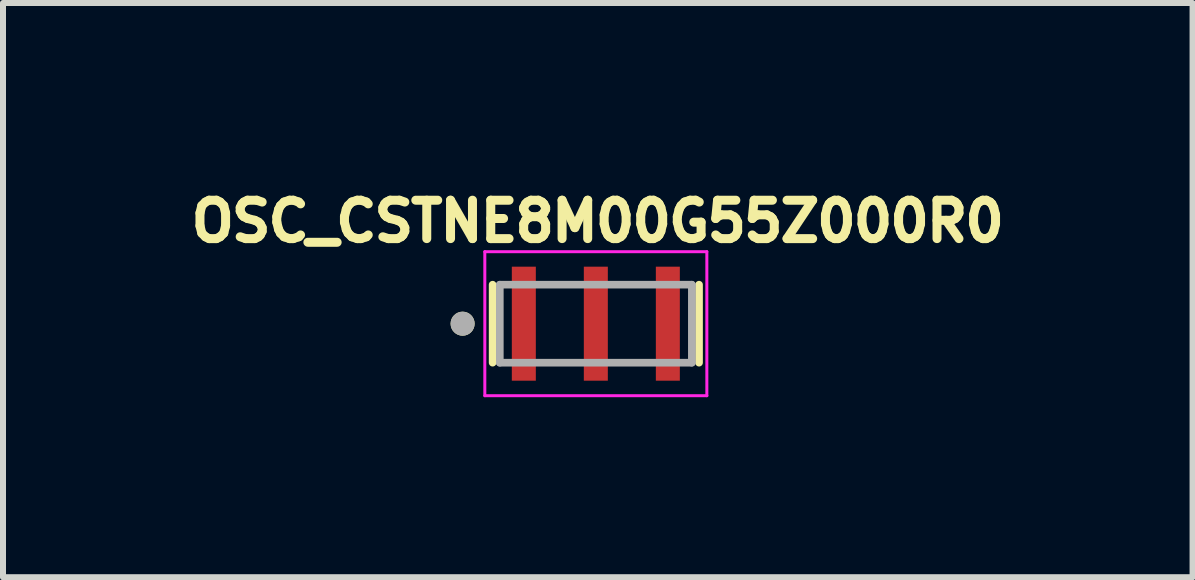
<source format=kicad_pcb>
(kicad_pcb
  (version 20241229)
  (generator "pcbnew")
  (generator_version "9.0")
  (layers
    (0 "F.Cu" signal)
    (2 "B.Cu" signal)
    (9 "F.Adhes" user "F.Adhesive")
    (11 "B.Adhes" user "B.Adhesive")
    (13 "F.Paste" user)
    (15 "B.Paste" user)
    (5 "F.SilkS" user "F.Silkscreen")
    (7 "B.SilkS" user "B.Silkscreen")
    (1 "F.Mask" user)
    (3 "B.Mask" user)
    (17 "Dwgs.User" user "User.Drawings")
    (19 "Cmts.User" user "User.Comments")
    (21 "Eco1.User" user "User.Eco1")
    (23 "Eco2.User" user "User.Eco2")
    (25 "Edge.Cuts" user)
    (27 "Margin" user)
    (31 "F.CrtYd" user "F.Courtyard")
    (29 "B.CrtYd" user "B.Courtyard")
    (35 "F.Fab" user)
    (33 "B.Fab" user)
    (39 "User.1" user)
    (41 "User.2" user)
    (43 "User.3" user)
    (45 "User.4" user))
  (footprint "OSC_CSTNE8M00G55Z000R0"
    (layer "F.Cu")
    (at 6.879 2.344)
    (property "Reference" "OSC_CSTNE8M00G55Z000R0" (at 0.032 -1.706 0) (layer "F.SilkS") (effects (font (size 0.64 0.64) (thickness 0.15))))
    (attr through_hole)
    (fp_line (start -1.72 -0.65) (end -1.72 0.65) (stroke (width 0.127) (type solid)) (layer "F.SilkS"))
    (fp_line (start 1.72 -0.65) (end 1.72 0.65) (stroke (width 0.127) (type solid)) (layer "F.SilkS"))
    (fp_circle (center -2.22 0) (end -2.12 0) (stroke (width 0.2) (type solid)) (fill no) (layer "F.SilkS"))
    (fp_line (start -1.85 -1.2) (end 1.85 -1.2) (stroke (width 0.05) (type solid)) (layer "F.CrtYd"))
    (fp_line (start -1.85 1.2) (end -1.85 -1.2) (stroke (width 0.05) (type solid)) (layer "F.CrtYd"))
    (fp_line (start 1.85 -1.2) (end 1.85 1.2) (stroke (width 0.05) (type solid)) (layer "F.CrtYd"))
    (fp_line (start 1.85 1.2) (end -1.85 1.2) (stroke (width 0.05) (type solid)) (layer "F.CrtYd"))
    (fp_line (start -1.6 -0.65) (end -1.6 0.65) (stroke (width 0.127) (type solid)) (layer "F.Fab"))
    (fp_line (start -1.6 -0.65) (end 1.6 -0.65) (stroke (width 0.127) (type solid)) (layer "F.Fab"))
    (fp_line (start 1.6 -0.65) (end 1.6 0.65) (stroke (width 0.127) (type solid)) (layer "F.Fab"))
    (fp_line (start 1.6 0.65) (end -1.6 0.65) (stroke (width 0.127) (type solid)) (layer "F.Fab"))
    (fp_circle (center -2.22 0) (end -2.12 0) (stroke (width 0.2) (type solid)) (fill no) (layer "F.Fab"))
    (pad "1" smd rect (at -1.2 0) (size 0.4 1.9) (layers "F.Cu" "F.Mask" "F.Paste"))
    (pad "2" smd rect (at 0 0) (size 0.4 1.9) (layers "F.Cu" "F.Mask" "F.Paste"))
    (pad "3" smd rect (at 1.2 0) (size 0.4 1.9) (layers "F.Cu" "F.Mask" "F.Paste")))
  (gr_rect
    (start -3 -3)
    (end 16.823 6.569)
    (stroke (width 0.1) (type default))
    (fill no)
    (layer "Edge.Cuts")))
</source>
